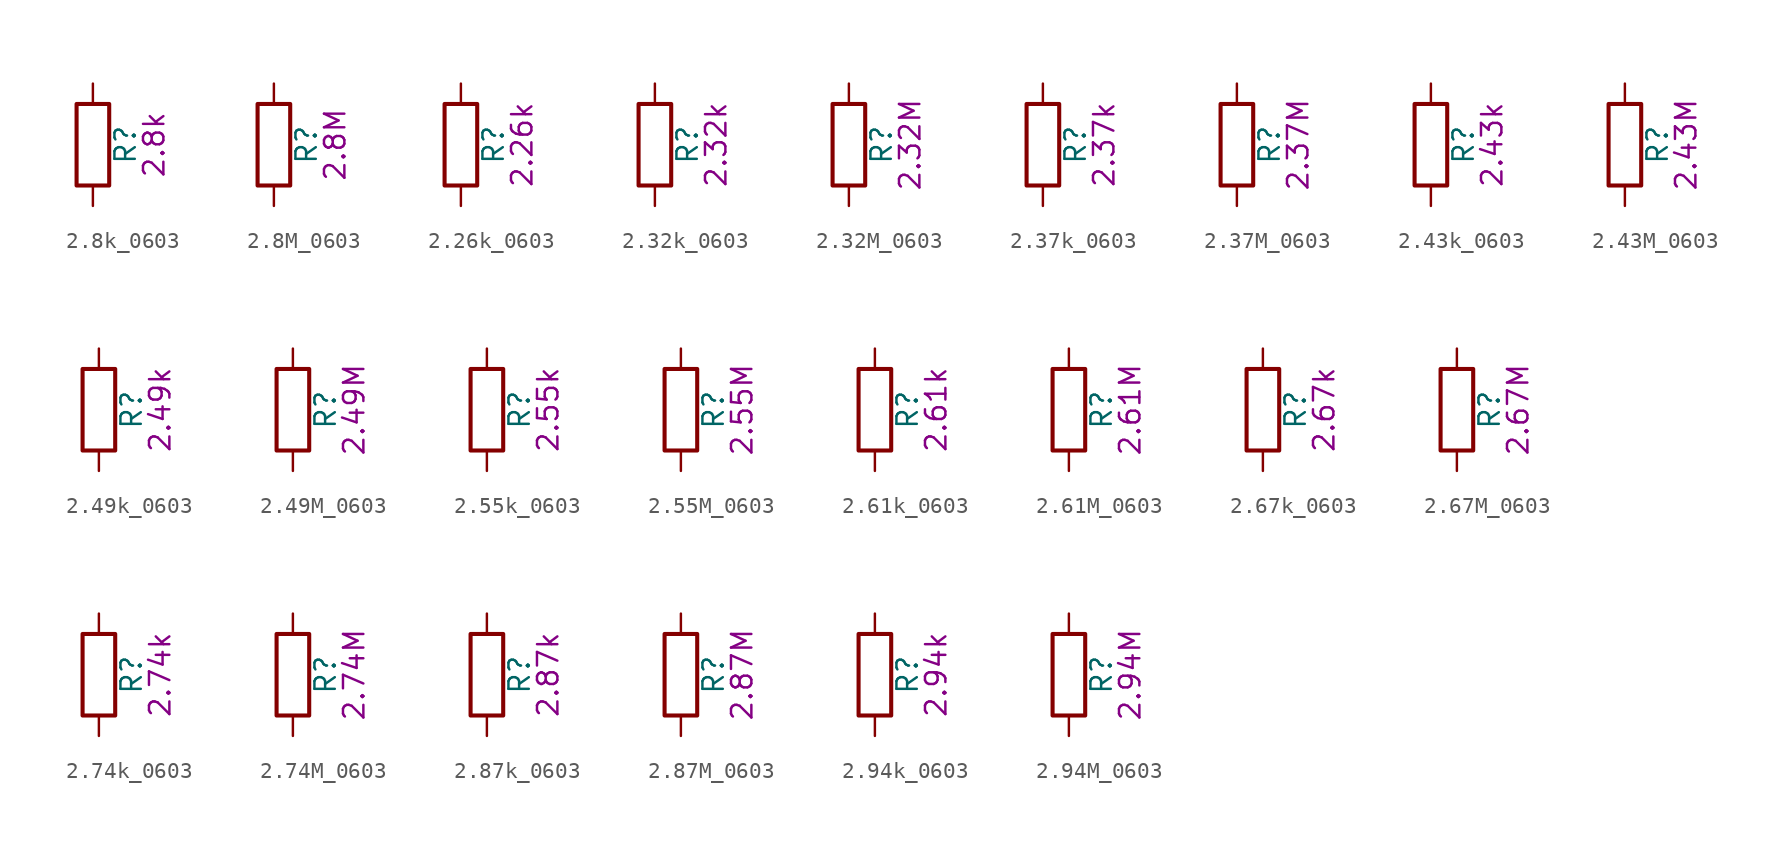
<source format=kicad_sym>
(kicad_symbol_lib
  (version 20211014)
  (generator kicad_symbol_editor)
  (symbol "2.8k_0603"
    (pin_numbers hide)
    (pin_names
      (offset 0))
    (property "Reference" "R"
      (at 2.032 0 90)
      (effects (font (size 1.27 1.27))))
    (property "Display" "2.8k"
      (at 3.81 0 90)
      (effects (font (size 1.27 1.27))))
    (symbol "2.8k_0603_0_1"
      (rectangle (start -1.016 -2.54) (end 1.016 2.54) (stroke (width 0.254) (type default) (color 0 0 0 0)) (fill (type none))))
    (symbol "2.8k_0603_1_1"
      (pin passive line (at 0 3.81 270) (length 1.27) (name "~" (effects (font (size 1.27 1.27)))) (number "1" (effects (font (size 1.27 1.27)))))
      (pin passive line (at 0 -3.81 90) (length 1.27) (name "~" (effects (font (size 1.27 1.27)))) (number "2" (effects (font (size 1.27 1.27)))))))
  (symbol "2.8M_0603"
    (pin_numbers hide)
    (pin_names
      (offset 0))
    (property "Reference" "R"
      (at 2.032 0 90)
      (effects (font (size 1.27 1.27))))
    (property "Display" "2.8M"
      (at 3.81 0 90)
      (effects (font (size 1.27 1.27))))
    (symbol "2.8M_0603_0_1"
      (rectangle (start -1.016 -2.54) (end 1.016 2.54) (stroke (width 0.254) (type default) (color 0 0 0 0)) (fill (type none))))
    (symbol "2.8M_0603_1_1"
      (pin passive line (at 0 3.81 270) (length 1.27) (name "~" (effects (font (size 1.27 1.27)))) (number "1" (effects (font (size 1.27 1.27)))))
      (pin passive line (at 0 -3.81 90) (length 1.27) (name "~" (effects (font (size 1.27 1.27)))) (number "2" (effects (font (size 1.27 1.27)))))))
  (symbol "2.26k_0603"
    (pin_numbers hide)
    (pin_names
      (offset 0))
    (property "Reference" "R"
      (at 2.032 0 90)
      (effects (font (size 1.27 1.27))))
    (property "Display" "2.26k"
      (at 3.81 0 90)
      (effects (font (size 1.27 1.27))))
    (symbol "2.26k_0603_0_1"
      (rectangle (start -1.016 -2.54) (end 1.016 2.54) (stroke (width 0.254) (type default) (color 0 0 0 0)) (fill (type none))))
    (symbol "2.26k_0603_1_1"
      (pin passive line (at 0 3.81 270) (length 1.27) (name "~" (effects (font (size 1.27 1.27)))) (number "1" (effects (font (size 1.27 1.27)))))
      (pin passive line (at 0 -3.81 90) (length 1.27) (name "~" (effects (font (size 1.27 1.27)))) (number "2" (effects (font (size 1.27 1.27)))))))
  (symbol "2.32k_0603"
    (pin_numbers hide)
    (pin_names
      (offset 0))
    (property "Reference" "R"
      (at 2.032 0 90)
      (effects (font (size 1.27 1.27))))
    (property "Display" "2.32k"
      (at 3.81 0 90)
      (effects (font (size 1.27 1.27))))
    (symbol "2.32k_0603_0_1"
      (rectangle (start -1.016 -2.54) (end 1.016 2.54) (stroke (width 0.254) (type default) (color 0 0 0 0)) (fill (type none))))
    (symbol "2.32k_0603_1_1"
      (pin passive line (at 0 3.81 270) (length 1.27) (name "~" (effects (font (size 1.27 1.27)))) (number "1" (effects (font (size 1.27 1.27)))))
      (pin passive line (at 0 -3.81 90) (length 1.27) (name "~" (effects (font (size 1.27 1.27)))) (number "2" (effects (font (size 1.27 1.27)))))))
  (symbol "2.32M_0603"
    (pin_numbers hide)
    (pin_names
      (offset 0))
    (property "Reference" "R"
      (at 2.032 0 90)
      (effects (font (size 1.27 1.27))))
    (property "Display" "2.32M"
      (at 3.81 0 90)
      (effects (font (size 1.27 1.27))))
    (symbol "2.32M_0603_0_1"
      (rectangle (start -1.016 -2.54) (end 1.016 2.54) (stroke (width 0.254) (type default) (color 0 0 0 0)) (fill (type none))))
    (symbol "2.32M_0603_1_1"
      (pin passive line (at 0 3.81 270) (length 1.27) (name "~" (effects (font (size 1.27 1.27)))) (number "1" (effects (font (size 1.27 1.27)))))
      (pin passive line (at 0 -3.81 90) (length 1.27) (name "~" (effects (font (size 1.27 1.27)))) (number "2" (effects (font (size 1.27 1.27)))))))
  (symbol "2.37k_0603"
    (pin_numbers hide)
    (pin_names
      (offset 0))
    (property "Reference" "R"
      (at 2.032 0 90)
      (effects (font (size 1.27 1.27))))
    (property "Display" "2.37k"
      (at 3.81 0 90)
      (effects (font (size 1.27 1.27))))
    (symbol "2.37k_0603_0_1"
      (rectangle (start -1.016 -2.54) (end 1.016 2.54) (stroke (width 0.254) (type default) (color 0 0 0 0)) (fill (type none))))
    (symbol "2.37k_0603_1_1"
      (pin passive line (at 0 3.81 270) (length 1.27) (name "~" (effects (font (size 1.27 1.27)))) (number "1" (effects (font (size 1.27 1.27)))))
      (pin passive line (at 0 -3.81 90) (length 1.27) (name "~" (effects (font (size 1.27 1.27)))) (number "2" (effects (font (size 1.27 1.27)))))))
  (symbol "2.37M_0603"
    (pin_numbers hide)
    (pin_names
      (offset 0))
    (property "Reference" "R"
      (at 2.032 0 90)
      (effects (font (size 1.27 1.27))))
    (property "Display" "2.37M"
      (at 3.81 0 90)
      (effects (font (size 1.27 1.27))))
    (symbol "2.37M_0603_0_1"
      (rectangle (start -1.016 -2.54) (end 1.016 2.54) (stroke (width 0.254) (type default) (color 0 0 0 0)) (fill (type none))))
    (symbol "2.37M_0603_1_1"
      (pin passive line (at 0 3.81 270) (length 1.27) (name "~" (effects (font (size 1.27 1.27)))) (number "1" (effects (font (size 1.27 1.27)))))
      (pin passive line (at 0 -3.81 90) (length 1.27) (name "~" (effects (font (size 1.27 1.27)))) (number "2" (effects (font (size 1.27 1.27)))))))
  (symbol "2.43k_0603"
    (pin_numbers hide)
    (pin_names
      (offset 0))
    (property "Reference" "R"
      (at 2.032 0 90)
      (effects (font (size 1.27 1.27))))
    (property "Display" "2.43k"
      (at 3.81 0 90)
      (effects (font (size 1.27 1.27))))
    (symbol "2.43k_0603_0_1"
      (rectangle (start -1.016 -2.54) (end 1.016 2.54) (stroke (width 0.254) (type default) (color 0 0 0 0)) (fill (type none))))
    (symbol "2.43k_0603_1_1"
      (pin passive line (at 0 3.81 270) (length 1.27) (name "~" (effects (font (size 1.27 1.27)))) (number "1" (effects (font (size 1.27 1.27)))))
      (pin passive line (at 0 -3.81 90) (length 1.27) (name "~" (effects (font (size 1.27 1.27)))) (number "2" (effects (font (size 1.27 1.27)))))))
  (symbol "2.43M_0603"
    (pin_numbers hide)
    (pin_names
      (offset 0))
    (property "Reference" "R"
      (at 2.032 0 90)
      (effects (font (size 1.27 1.27))))
    (property "Display" "2.43M"
      (at 3.81 0 90)
      (effects (font (size 1.27 1.27))))
    (symbol "2.43M_0603_0_1"
      (rectangle (start -1.016 -2.54) (end 1.016 2.54) (stroke (width 0.254) (type default) (color 0 0 0 0)) (fill (type none))))
    (symbol "2.43M_0603_1_1"
      (pin passive line (at 0 3.81 270) (length 1.27) (name "~" (effects (font (size 1.27 1.27)))) (number "1" (effects (font (size 1.27 1.27)))))
      (pin passive line (at 0 -3.81 90) (length 1.27) (name "~" (effects (font (size 1.27 1.27)))) (number "2" (effects (font (size 1.27 1.27)))))))
  (symbol "2.49k_0603"
    (pin_numbers hide)
    (pin_names
      (offset 0))
    (property "Reference" "R"
      (at 2.032 0 90)
      (effects (font (size 1.27 1.27))))
    (property "Display" "2.49k"
      (at 3.81 0 90)
      (effects (font (size 1.27 1.27))))
    (symbol "2.49k_0603_0_1"
      (rectangle (start -1.016 -2.54) (end 1.016 2.54) (stroke (width 0.254) (type default) (color 0 0 0 0)) (fill (type none))))
    (symbol "2.49k_0603_1_1"
      (pin passive line (at 0 3.81 270) (length 1.27) (name "~" (effects (font (size 1.27 1.27)))) (number "1" (effects (font (size 1.27 1.27)))))
      (pin passive line (at 0 -3.81 90) (length 1.27) (name "~" (effects (font (size 1.27 1.27)))) (number "2" (effects (font (size 1.27 1.27)))))))
  (symbol "2.49M_0603"
    (pin_numbers hide)
    (pin_names
      (offset 0))
    (property "Reference" "R"
      (at 2.032 0 90)
      (effects (font (size 1.27 1.27))))
    (property "Display" "2.49M"
      (at 3.81 0 90)
      (effects (font (size 1.27 1.27))))
    (symbol "2.49M_0603_0_1"
      (rectangle (start -1.016 -2.54) (end 1.016 2.54) (stroke (width 0.254) (type default) (color 0 0 0 0)) (fill (type none))))
    (symbol "2.49M_0603_1_1"
      (pin passive line (at 0 3.81 270) (length 1.27) (name "~" (effects (font (size 1.27 1.27)))) (number "1" (effects (font (size 1.27 1.27)))))
      (pin passive line (at 0 -3.81 90) (length 1.27) (name "~" (effects (font (size 1.27 1.27)))) (number "2" (effects (font (size 1.27 1.27)))))))
  (symbol "2.55k_0603"
    (pin_numbers hide)
    (pin_names
      (offset 0))
    (property "Reference" "R"
      (at 2.032 0 90)
      (effects (font (size 1.27 1.27))))
    (property "Display" "2.55k"
      (at 3.81 0 90)
      (effects (font (size 1.27 1.27))))
    (symbol "2.55k_0603_0_1"
      (rectangle (start -1.016 -2.54) (end 1.016 2.54) (stroke (width 0.254) (type default) (color 0 0 0 0)) (fill (type none))))
    (symbol "2.55k_0603_1_1"
      (pin passive line (at 0 3.81 270) (length 1.27) (name "~" (effects (font (size 1.27 1.27)))) (number "1" (effects (font (size 1.27 1.27)))))
      (pin passive line (at 0 -3.81 90) (length 1.27) (name "~" (effects (font (size 1.27 1.27)))) (number "2" (effects (font (size 1.27 1.27)))))))
  (symbol "2.55M_0603"
    (pin_numbers hide)
    (pin_names
      (offset 0))
    (property "Reference" "R"
      (at 2.032 0 90)
      (effects (font (size 1.27 1.27))))
    (property "Display" "2.55M"
      (at 3.81 0 90)
      (effects (font (size 1.27 1.27))))
    (symbol "2.55M_0603_0_1"
      (rectangle (start -1.016 -2.54) (end 1.016 2.54) (stroke (width 0.254) (type default) (color 0 0 0 0)) (fill (type none))))
    (symbol "2.55M_0603_1_1"
      (pin passive line (at 0 3.81 270) (length 1.27) (name "~" (effects (font (size 1.27 1.27)))) (number "1" (effects (font (size 1.27 1.27)))))
      (pin passive line (at 0 -3.81 90) (length 1.27) (name "~" (effects (font (size 1.27 1.27)))) (number "2" (effects (font (size 1.27 1.27)))))))
  (symbol "2.61k_0603"
    (pin_numbers hide)
    (pin_names
      (offset 0))
    (property "Reference" "R"
      (at 2.032 0 90)
      (effects (font (size 1.27 1.27))))
    (property "Display" "2.61k"
      (at 3.81 0 90)
      (effects (font (size 1.27 1.27))))
    (symbol "2.61k_0603_0_1"
      (rectangle (start -1.016 -2.54) (end 1.016 2.54) (stroke (width 0.254) (type default) (color 0 0 0 0)) (fill (type none))))
    (symbol "2.61k_0603_1_1"
      (pin passive line (at 0 3.81 270) (length 1.27) (name "~" (effects (font (size 1.27 1.27)))) (number "1" (effects (font (size 1.27 1.27)))))
      (pin passive line (at 0 -3.81 90) (length 1.27) (name "~" (effects (font (size 1.27 1.27)))) (number "2" (effects (font (size 1.27 1.27)))))))
  (symbol "2.61M_0603"
    (pin_numbers hide)
    (pin_names
      (offset 0))
    (property "Reference" "R"
      (at 2.032 0 90)
      (effects (font (size 1.27 1.27))))
    (property "Display" "2.61M"
      (at 3.81 0 90)
      (effects (font (size 1.27 1.27))))
    (symbol "2.61M_0603_0_1"
      (rectangle (start -1.016 -2.54) (end 1.016 2.54) (stroke (width 0.254) (type default) (color 0 0 0 0)) (fill (type none))))
    (symbol "2.61M_0603_1_1"
      (pin passive line (at 0 3.81 270) (length 1.27) (name "~" (effects (font (size 1.27 1.27)))) (number "1" (effects (font (size 1.27 1.27)))))
      (pin passive line (at 0 -3.81 90) (length 1.27) (name "~" (effects (font (size 1.27 1.27)))) (number "2" (effects (font (size 1.27 1.27)))))))
  (symbol "2.67k_0603"
    (pin_numbers hide)
    (pin_names
      (offset 0))
    (property "Reference" "R"
      (at 2.032 0 90)
      (effects (font (size 1.27 1.27))))
    (property "Display" "2.67k"
      (at 3.81 0 90)
      (effects (font (size 1.27 1.27))))
    (symbol "2.67k_0603_0_1"
      (rectangle (start -1.016 -2.54) (end 1.016 2.54) (stroke (width 0.254) (type default) (color 0 0 0 0)) (fill (type none))))
    (symbol "2.67k_0603_1_1"
      (pin passive line (at 0 3.81 270) (length 1.27) (name "~" (effects (font (size 1.27 1.27)))) (number "1" (effects (font (size 1.27 1.27)))))
      (pin passive line (at 0 -3.81 90) (length 1.27) (name "~" (effects (font (size 1.27 1.27)))) (number "2" (effects (font (size 1.27 1.27)))))))
  (symbol "2.67M_0603"
    (pin_numbers hide)
    (pin_names
      (offset 0))
    (property "Reference" "R"
      (at 2.032 0 90)
      (effects (font (size 1.27 1.27))))
    (property "Display" "2.67M"
      (at 3.81 0 90)
      (effects (font (size 1.27 1.27))))
    (symbol "2.67M_0603_0_1"
      (rectangle (start -1.016 -2.54) (end 1.016 2.54) (stroke (width 0.254) (type default) (color 0 0 0 0)) (fill (type none))))
    (symbol "2.67M_0603_1_1"
      (pin passive line (at 0 3.81 270) (length 1.27) (name "~" (effects (font (size 1.27 1.27)))) (number "1" (effects (font (size 1.27 1.27)))))
      (pin passive line (at 0 -3.81 90) (length 1.27) (name "~" (effects (font (size 1.27 1.27)))) (number "2" (effects (font (size 1.27 1.27)))))))
  (symbol "2.74k_0603"
    (pin_numbers hide)
    (pin_names
      (offset 0))
    (property "Reference" "R"
      (at 2.032 0 90)
      (effects (font (size 1.27 1.27))))
    (property "Display" "2.74k"
      (at 3.81 0 90)
      (effects (font (size 1.27 1.27))))
    (symbol "2.74k_0603_0_1"
      (rectangle (start -1.016 -2.54) (end 1.016 2.54) (stroke (width 0.254) (type default) (color 0 0 0 0)) (fill (type none))))
    (symbol "2.74k_0603_1_1"
      (pin passive line (at 0 3.81 270) (length 1.27) (name "~" (effects (font (size 1.27 1.27)))) (number "1" (effects (font (size 1.27 1.27)))))
      (pin passive line (at 0 -3.81 90) (length 1.27) (name "~" (effects (font (size 1.27 1.27)))) (number "2" (effects (font (size 1.27 1.27)))))))
  (symbol "2.74M_0603"
    (pin_numbers hide)
    (pin_names
      (offset 0))
    (property "Reference" "R"
      (at 2.032 0 90)
      (effects (font (size 1.27 1.27))))
    (property "Display" "2.74M"
      (at 3.81 0 90)
      (effects (font (size 1.27 1.27))))
    (symbol "2.74M_0603_0_1"
      (rectangle (start -1.016 -2.54) (end 1.016 2.54) (stroke (width 0.254) (type default) (color 0 0 0 0)) (fill (type none))))
    (symbol "2.74M_0603_1_1"
      (pin passive line (at 0 3.81 270) (length 1.27) (name "~" (effects (font (size 1.27 1.27)))) (number "1" (effects (font (size 1.27 1.27)))))
      (pin passive line (at 0 -3.81 90) (length 1.27) (name "~" (effects (font (size 1.27 1.27)))) (number "2" (effects (font (size 1.27 1.27)))))))
  (symbol "2.87k_0603"
    (pin_numbers hide)
    (pin_names
      (offset 0))
    (property "Reference" "R"
      (at 2.032 0 90)
      (effects (font (size 1.27 1.27))))
    (property "Display" "2.87k"
      (at 3.81 0 90)
      (effects (font (size 1.27 1.27))))
    (symbol "2.87k_0603_0_1"
      (rectangle (start -1.016 -2.54) (end 1.016 2.54) (stroke (width 0.254) (type default) (color 0 0 0 0)) (fill (type none))))
    (symbol "2.87k_0603_1_1"
      (pin passive line (at 0 3.81 270) (length 1.27) (name "~" (effects (font (size 1.27 1.27)))) (number "1" (effects (font (size 1.27 1.27)))))
      (pin passive line (at 0 -3.81 90) (length 1.27) (name "~" (effects (font (size 1.27 1.27)))) (number "2" (effects (font (size 1.27 1.27)))))))
  (symbol "2.87M_0603"
    (pin_numbers hide)
    (pin_names
      (offset 0))
    (property "Reference" "R"
      (at 2.032 0 90)
      (effects (font (size 1.27 1.27))))
    (property "Display" "2.87M"
      (at 3.81 0 90)
      (effects (font (size 1.27 1.27))))
    (symbol "2.87M_0603_0_1"
      (rectangle (start -1.016 -2.54) (end 1.016 2.54) (stroke (width 0.254) (type default) (color 0 0 0 0)) (fill (type none))))
    (symbol "2.87M_0603_1_1"
      (pin passive line (at 0 3.81 270) (length 1.27) (name "~" (effects (font (size 1.27 1.27)))) (number "1" (effects (font (size 1.27 1.27)))))
      (pin passive line (at 0 -3.81 90) (length 1.27) (name "~" (effects (font (size 1.27 1.27)))) (number "2" (effects (font (size 1.27 1.27)))))))
  (symbol "2.94k_0603"
    (pin_numbers hide)
    (pin_names
      (offset 0))
    (property "Reference" "R"
      (at 2.032 0 90)
      (effects (font (size 1.27 1.27))))
    (property "Display" "2.94k"
      (at 3.81 0 90)
      (effects (font (size 1.27 1.27))))
    (symbol "2.94k_0603_0_1"
      (rectangle (start -1.016 -2.54) (end 1.016 2.54) (stroke (width 0.254) (type default) (color 0 0 0 0)) (fill (type none))))
    (symbol "2.94k_0603_1_1"
      (pin passive line (at 0 3.81 270) (length 1.27) (name "~" (effects (font (size 1.27 1.27)))) (number "1" (effects (font (size 1.27 1.27)))))
      (pin passive line (at 0 -3.81 90) (length 1.27) (name "~" (effects (font (size 1.27 1.27)))) (number "2" (effects (font (size 1.27 1.27)))))))
  (symbol "2.94M_0603"
    (pin_numbers hide)
    (pin_names
      (offset 0))
    (property "Reference" "R"
      (at 2.032 0 90)
      (effects (font (size 1.27 1.27))))
    (property "Display" "2.94M"
      (at 3.81 0 90)
      (effects (font (size 1.27 1.27))))
    (symbol "2.94M_0603_0_1"
      (rectangle (start -1.016 -2.54) (end 1.016 2.54) (stroke (width 0.254) (type default) (color 0 0 0 0)) (fill (type none))))
    (symbol "2.94M_0603_1_1"
      (pin passive line (at 0 3.81 270) (length 1.27) (name "~" (effects (font (size 1.27 1.27)))) (number "1" (effects (font (size 1.27 1.27)))))
      (pin passive line (at 0 -3.81 90) (length 1.27) (name "~" (effects (font (size 1.27 1.27)))) (number "2" (effects (font (size 1.27 1.27))))))))
</source>
